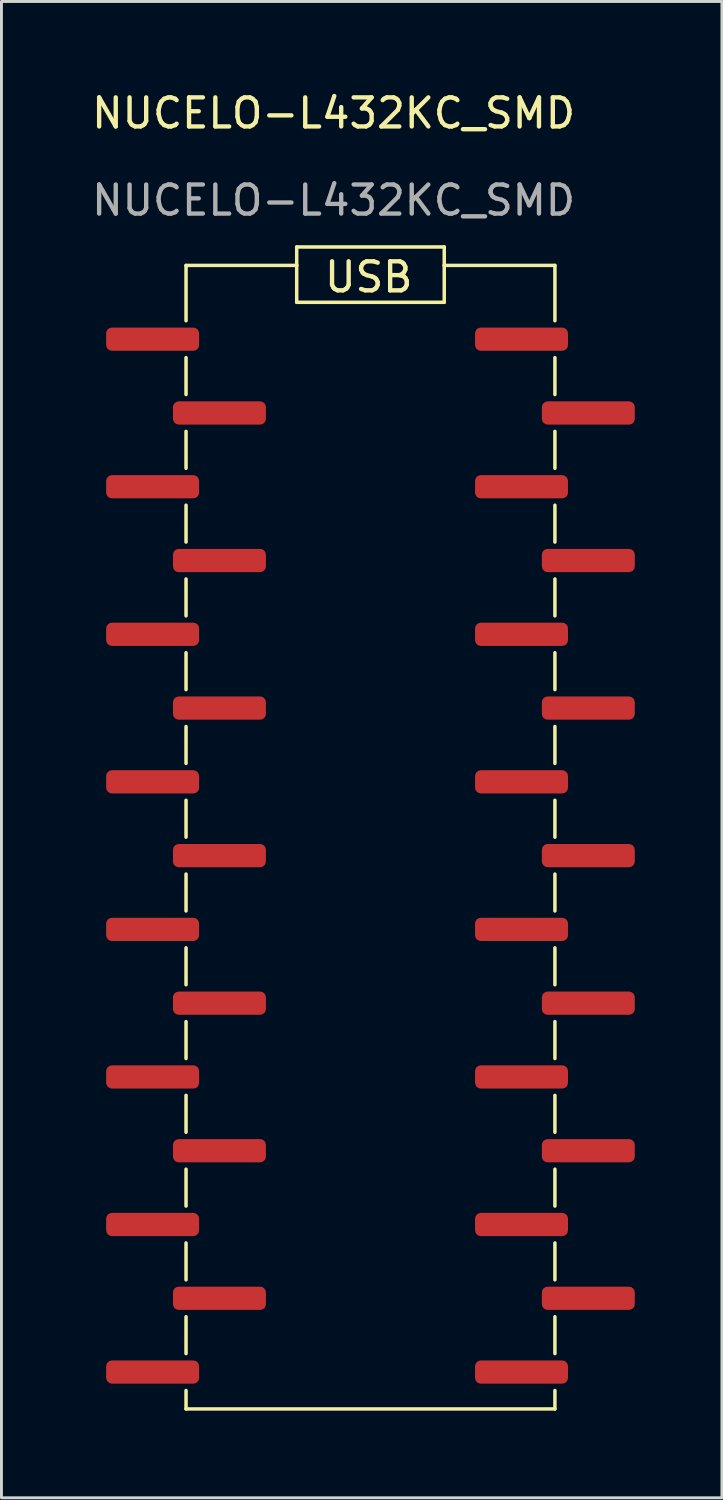
<source format=kicad_pcb>
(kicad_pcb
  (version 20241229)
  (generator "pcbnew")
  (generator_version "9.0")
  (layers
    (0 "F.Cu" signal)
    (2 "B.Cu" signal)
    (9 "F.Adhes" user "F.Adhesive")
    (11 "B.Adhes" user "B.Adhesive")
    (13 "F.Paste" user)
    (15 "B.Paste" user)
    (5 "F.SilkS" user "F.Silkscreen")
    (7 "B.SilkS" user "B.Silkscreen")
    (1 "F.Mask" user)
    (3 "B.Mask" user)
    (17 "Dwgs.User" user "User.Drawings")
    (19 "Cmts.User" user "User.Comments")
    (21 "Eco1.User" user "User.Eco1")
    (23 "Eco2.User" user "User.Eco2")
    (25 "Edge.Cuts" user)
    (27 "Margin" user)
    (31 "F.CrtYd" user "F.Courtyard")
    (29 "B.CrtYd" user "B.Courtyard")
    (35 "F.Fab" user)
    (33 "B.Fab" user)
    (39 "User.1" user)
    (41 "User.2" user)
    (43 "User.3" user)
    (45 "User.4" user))
  (footprint "NUCELO-L432KC_SMD"
    (layer "F.Cu")
    (at 8.435 16.248)
    (property "Reference" "NUCELO-L432KC_SMD" (at 0 -15.4 0) (unlocked yes) (layer "F.SilkS") (effects (font (size 1 1) (thickness 0.15))))
    (attr smd)
    (fp_line (start -5.08 -10.16) (end -5.08 -8.255) (stroke (width 0.12) (type solid)) (layer "F.SilkS"))
    (fp_line (start -5.08 -10.16) (end -1.27 -10.16) (stroke (width 0.12) (type solid)) (layer "F.SilkS"))
    (fp_line (start -5.08 -6.985) (end -5.08 -5.715) (stroke (width 0.12) (type solid)) (layer "F.SilkS"))
    (fp_line (start -5.08 -4.445) (end -5.08 -3.175) (stroke (width 0.12) (type solid)) (layer "F.SilkS"))
    (fp_line (start -5.08 -1.905) (end -5.08 -0.635) (stroke (width 0.12) (type solid)) (layer "F.SilkS"))
    (fp_line (start -5.08 0.635) (end -5.08 1.905) (stroke (width 0.12) (type solid)) (layer "F.SilkS"))
    (fp_line (start -5.08 3.175) (end -5.08 4.445) (stroke (width 0.12) (type solid)) (layer "F.SilkS"))
    (fp_line (start -5.08 5.715) (end -5.08 6.985) (stroke (width 0.12) (type solid)) (layer "F.SilkS"))
    (fp_line (start -5.08 8.255) (end -5.08 9.525) (stroke (width 0.12) (type solid)) (layer "F.SilkS"))
    (fp_line (start -5.08 10.795) (end -5.08 12.065) (stroke (width 0.12) (type solid)) (layer "F.SilkS"))
    (fp_line (start -5.08 13.335) (end -5.08 14.605) (stroke (width 0.12) (type solid)) (layer "F.SilkS"))
    (fp_line (start -5.08 15.875) (end -5.08 17.145) (stroke (width 0.12) (type solid)) (layer "F.SilkS"))
    (fp_line (start -5.08 18.415) (end -5.08 19.685) (stroke (width 0.12) (type solid)) (layer "F.SilkS"))
    (fp_line (start -5.08 20.955) (end -5.08 22.225) (stroke (width 0.12) (type solid)) (layer "F.SilkS"))
    (fp_line (start -5.08 23.495) (end -5.08 24.765) (stroke (width 0.12) (type solid)) (layer "F.SilkS"))
    (fp_line (start -5.08 26.035) (end -5.08 27.305) (stroke (width 0.12) (type solid)) (layer "F.SilkS"))
    (fp_line (start -5.08 28.575) (end -5.08 29.21) (stroke (width 0.12) (type solid)) (layer "F.SilkS"))
    (fp_line (start -5.08 29.21) (end 7.62 29.21) (stroke (width 0.12) (type solid)) (layer "F.SilkS"))
    (fp_line (start -1.27 -10.795) (end 3.81 -10.795) (stroke (width 0.12) (type solid)) (layer "F.SilkS"))
    (fp_line (start -1.27 -10.16) (end -1.27 -10.795) (stroke (width 0.12) (type solid)) (layer "F.SilkS"))
    (fp_line (start -1.27 -10.16) (end -1.27 -8.89) (stroke (width 0.12) (type solid)) (layer "F.SilkS"))
    (fp_line (start -1.27 -8.89) (end 3.81 -8.89) (stroke (width 0.12) (type solid)) (layer "F.SilkS"))
    (fp_line (start 3.81 -10.795) (end 3.81 -10.16) (stroke (width 0.12) (type solid)) (layer "F.SilkS"))
    (fp_line (start 3.81 -10.16) (end 7.62 -10.16) (stroke (width 0.12) (type solid)) (layer "F.SilkS"))
    (fp_line (start 3.81 -8.89) (end 3.81 -10.16) (stroke (width 0.12) (type solid)) (layer "F.SilkS"))
    (fp_line (start 7.62 -8.255) (end 7.62 -10.16) (stroke (width 0.12) (type solid)) (layer "F.SilkS"))
    (fp_line (start 7.62 -5.715) (end 7.62 -6.985) (stroke (width 0.12) (type solid)) (layer "F.SilkS"))
    (fp_line (start 7.62 -3.175) (end 7.62 -4.445) (stroke (width 0.12) (type solid)) (layer "F.SilkS"))
    (fp_line (start 7.62 -0.635) (end 7.62 -1.905) (stroke (width 0.12) (type solid)) (layer "F.SilkS"))
    (fp_line (start 7.62 1.905) (end 7.62 0.635) (stroke (width 0.12) (type solid)) (layer "F.SilkS"))
    (fp_line (start 7.62 4.445) (end 7.62 3.175) (stroke (width 0.12) (type solid)) (layer "F.SilkS"))
    (fp_line (start 7.62 6.985) (end 7.62 5.715) (stroke (width 0.12) (type solid)) (layer "F.SilkS"))
    (fp_line (start 7.62 9.525) (end 7.62 8.255) (stroke (width 0.12) (type solid)) (layer "F.SilkS"))
    (fp_line (start 7.62 12.065) (end 7.62 10.795) (stroke (width 0.12) (type solid)) (layer "F.SilkS"))
    (fp_line (start 7.62 14.605) (end 7.62 13.335) (stroke (width 0.12) (type solid)) (layer "F.SilkS"))
    (fp_line (start 7.62 17.145) (end 7.62 15.875) (stroke (width 0.12) (type solid)) (layer "F.SilkS"))
    (fp_line (start 7.62 19.685) (end 7.62 18.415) (stroke (width 0.12) (type solid)) (layer "F.SilkS"))
    (fp_line (start 7.62 22.225) (end 7.62 20.955) (stroke (width 0.12) (type solid)) (layer "F.SilkS"))
    (fp_line (start 7.62 24.765) (end 7.62 23.495) (stroke (width 0.12) (type solid)) (layer "F.SilkS"))
    (fp_line (start 7.62 27.305) (end 7.62 26.035) (stroke (width 0.12) (type solid)) (layer "F.SilkS"))
    (fp_line (start 7.62 29.21) (end 7.62 28.575) (stroke (width 0.12) (type solid)) (layer "F.SilkS"))
    (fp_text user "USB" (at 1.209 -9.757 0) (unlocked yes) (layer "F.SilkS") (effects (font (size 1 1) (thickness 0.15))))
    (fp_text user "${REFERENCE}" (at 0 -12.4 0) (unlocked yes) (layer "F.Fab") (effects (font (size 1 1) (thickness 0.15))))
    (pad "1" smd roundrect (at -6.23 -7.62) (size 3.2 0.8) (layers "F.Cu" "F.Mask" "F.Paste") (roundrect_rratio 0.25))
    (pad "2" smd roundrect (at -3.93 -5.08) (size 3.2 0.8) (layers "F.Cu" "F.Mask" "F.Paste") (roundrect_rratio 0.25))
    (pad "3" smd roundrect (at -6.23 -2.54) (size 3.2 0.8) (layers "F.Cu" "F.Mask" "F.Paste") (roundrect_rratio 0.25))
    (pad "4" smd roundrect (at -3.93 0) (size 3.2 0.8) (layers "F.Cu" "F.Mask" "F.Paste") (roundrect_rratio 0.25))
    (pad "5" smd roundrect (at -6.23 2.54) (size 3.2 0.8) (layers "F.Cu" "F.Mask" "F.Paste") (roundrect_rratio 0.25))
    (pad "6" smd roundrect (at -3.93 5.08) (size 3.2 0.8) (layers "F.Cu" "F.Mask" "F.Paste") (roundrect_rratio 0.25))
    (pad "7" smd roundrect (at -6.23 7.62) (size 3.2 0.8) (layers "F.Cu" "F.Mask" "F.Paste") (roundrect_rratio 0.25))
    (pad "8" smd roundrect (at -3.93 10.16) (size 3.2 0.8) (layers "F.Cu" "F.Mask" "F.Paste") (roundrect_rratio 0.25))
    (pad "9" smd roundrect (at -6.23 12.7) (size 3.2 0.8) (layers "F.Cu" "F.Mask" "F.Paste") (roundrect_rratio 0.25))
    (pad "10" smd roundrect (at -3.93 15.24) (size 3.2 0.8) (layers "F.Cu" "F.Mask" "F.Paste") (roundrect_rratio 0.25))
    (pad "11" smd roundrect (at -6.23 17.78) (size 3.2 0.8) (layers "F.Cu" "F.Mask" "F.Paste") (roundrect_rratio 0.25))
    (pad "12" smd roundrect (at -3.93 20.32) (size 3.2 0.8) (layers "F.Cu" "F.Mask" "F.Paste") (roundrect_rratio 0.25))
    (pad "13" smd roundrect (at -6.23 22.86) (size 3.2 0.8) (layers "F.Cu" "F.Mask" "F.Paste") (roundrect_rratio 0.25))
    (pad "14" smd roundrect (at -3.93 25.4) (size 3.2 0.8) (layers "F.Cu" "F.Mask" "F.Paste") (roundrect_rratio 0.25))
    (pad "15" smd roundrect (at -6.23 27.94) (size 3.2 0.8) (layers "F.Cu" "F.Mask" "F.Paste") (roundrect_rratio 0.25))
    (pad "16" smd roundrect (at 6.47 27.94) (size 3.2 0.8) (layers "F.Cu" "F.Mask" "F.Paste") (roundrect_rratio 0.25))
    (pad "17" smd roundrect (at 8.77 25.4) (size 3.2 0.8) (layers "F.Cu" "F.Mask" "F.Paste") (roundrect_rratio 0.25))
    (pad "18" smd roundrect (at 6.47 22.86) (size 3.2 0.8) (layers "F.Cu" "F.Mask" "F.Paste") (roundrect_rratio 0.25))
    (pad "19" smd roundrect (at 8.77 20.32) (size 3.2 0.8) (layers "F.Cu" "F.Mask" "F.Paste") (roundrect_rratio 0.25))
    (pad "20" smd roundrect (at 6.47 17.78) (size 3.2 0.8) (layers "F.Cu" "F.Mask" "F.Paste") (roundrect_rratio 0.25))
    (pad "21" smd roundrect (at 8.77 15.24) (size 3.2 0.8) (layers "F.Cu" "F.Mask" "F.Paste") (roundrect_rratio 0.25))
    (pad "22" smd roundrect (at 6.47 12.7) (size 3.2 0.8) (layers "F.Cu" "F.Mask" "F.Paste") (roundrect_rratio 0.25))
    (pad "23" smd roundrect (at 8.77 10.16) (size 3.2 0.8) (layers "F.Cu" "F.Mask" "F.Paste") (roundrect_rratio 0.25))
    (pad "24" smd roundrect (at 6.47 7.62) (size 3.2 0.8) (layers "F.Cu" "F.Mask" "F.Paste") (roundrect_rratio 0.25))
    (pad "25" smd roundrect (at 8.77 5.08) (size 3.2 0.8) (layers "F.Cu" "F.Mask" "F.Paste") (roundrect_rratio 0.25))
    (pad "26" smd roundrect (at 6.47 2.54) (size 3.2 0.8) (layers "F.Cu" "F.Mask" "F.Paste") (roundrect_rratio 0.25))
    (pad "27" smd roundrect (at 8.77 0) (size 3.2 0.8) (layers "F.Cu" "F.Mask" "F.Paste") (roundrect_rratio 0.25))
    (pad "28" smd roundrect (at 6.47 -2.54) (size 3.2 0.8) (layers "F.Cu" "F.Mask" "F.Paste") (roundrect_rratio 0.25))
    (pad "29" smd roundrect (at 8.77 -5.08) (size 3.2 0.8) (layers "F.Cu" "F.Mask" "F.Paste") (roundrect_rratio 0.25))
    (pad "30" smd roundrect (at 6.47 -7.62) (size 3.2 0.8) (layers "F.Cu" "F.Mask" "F.Paste") (roundrect_rratio 0.25)))
  (gr_rect
    (start -3 -3)
    (end 21.805 48.518)
    (stroke (width 0.1) (type default))
    (fill no)
    (layer "Edge.Cuts")))
</source>
